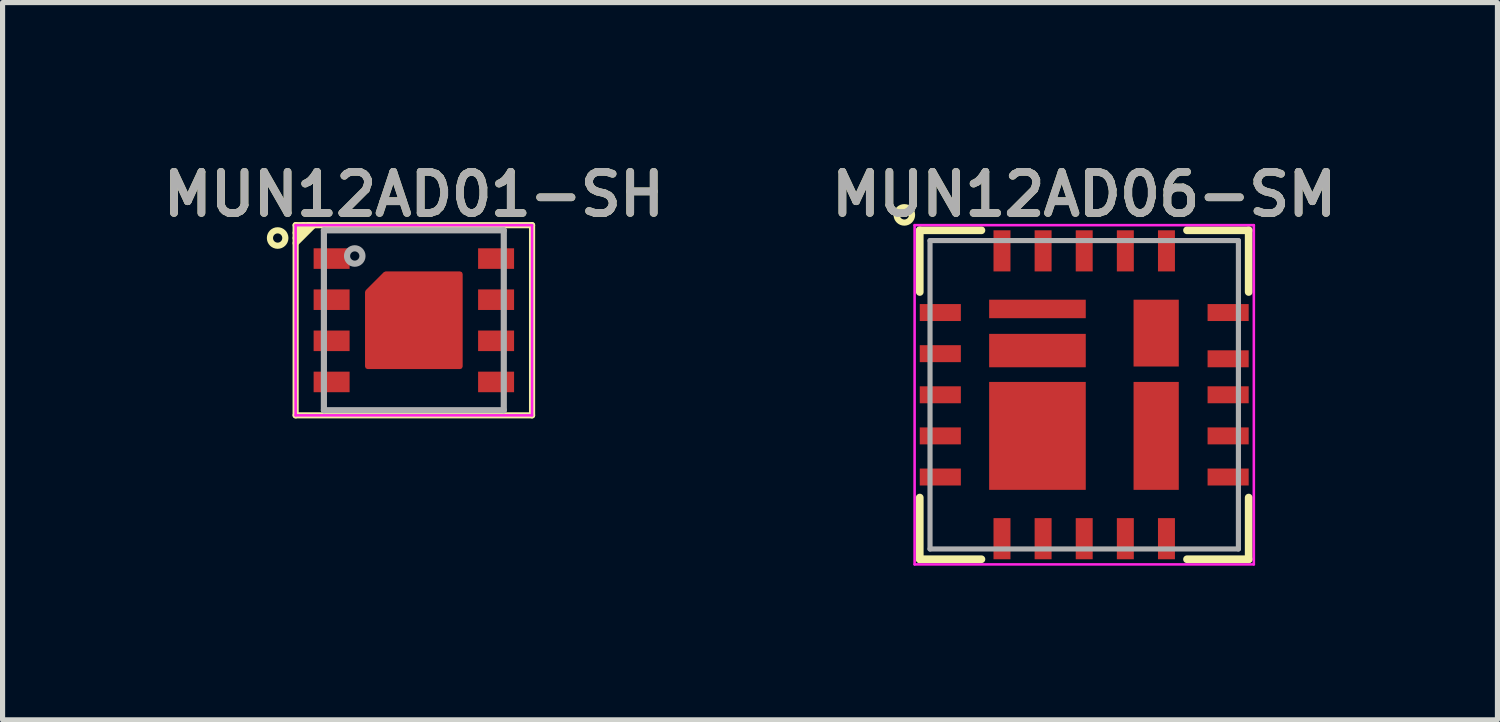
<source format=kicad_pcb>
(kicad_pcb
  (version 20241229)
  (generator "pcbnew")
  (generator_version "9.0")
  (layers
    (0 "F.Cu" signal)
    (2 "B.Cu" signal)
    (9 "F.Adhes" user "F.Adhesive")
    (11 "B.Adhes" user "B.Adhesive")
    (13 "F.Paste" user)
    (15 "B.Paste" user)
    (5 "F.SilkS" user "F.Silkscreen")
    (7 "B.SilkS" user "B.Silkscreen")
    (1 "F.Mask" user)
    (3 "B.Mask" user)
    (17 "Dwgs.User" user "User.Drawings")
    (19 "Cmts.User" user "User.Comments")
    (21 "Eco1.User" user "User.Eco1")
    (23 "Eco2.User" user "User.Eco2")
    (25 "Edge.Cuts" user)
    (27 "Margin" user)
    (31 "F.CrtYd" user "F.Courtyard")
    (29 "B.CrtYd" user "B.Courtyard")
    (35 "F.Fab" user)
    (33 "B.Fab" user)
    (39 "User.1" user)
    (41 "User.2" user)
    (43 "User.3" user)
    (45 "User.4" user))
  (footprint "MUN12AD06-SM"
    (layer "F.Cu")
    (at 18.045 4.631)
    (property "Reference" "MUN12AD06-SM" (at 0 -3.9 0) (layer "F.SilkS") (effects (font (size 0.8 0.8) (thickness 0.15))))
    (attr through_hole)
    (fp_line (start -3.2 -3.2) (end -3.2 -2) (stroke (width 0.15) (type solid)) (layer "F.SilkS"))
    (fp_line (start -3.2 2) (end -3.2 3.2) (stroke (width 0.15) (type solid)) (layer "F.SilkS"))
    (fp_line (start -3.2 3.2) (end -2 3.2) (stroke (width 0.15) (type solid)) (layer "F.SilkS"))
    (fp_line (start -2 -3.2) (end -3.2 -3.2) (stroke (width 0.15) (type solid)) (layer "F.SilkS"))
    (fp_line (start 2 -3.2) (end 3.2 -3.2) (stroke (width 0.15) (type solid)) (layer "F.SilkS"))
    (fp_line (start 2 3.2) (end 3.2 3.2) (stroke (width 0.15) (type solid)) (layer "F.SilkS"))
    (fp_line (start 3.2 -3.2) (end 3.2 -2) (stroke (width 0.15) (type solid)) (layer "F.SilkS"))
    (fp_line (start 3.2 3.2) (end 3.2 2) (stroke (width 0.15) (type solid)) (layer "F.SilkS"))
    (fp_circle (center -3.5 -3.5) (end -3.5 -3.65) (stroke (width 0.12) (type solid)) (fill no) (layer "F.SilkS"))
    (fp_poly (pts (xy -1.01 -1.53) (xy -1.76 -1.53) (xy -1.76 -1.81) (xy -1.01 -1.81)) (stroke (width 0) (type solid)) (fill yes) (layer "F.Paste"))
    (fp_poly (pts (xy -1.01 -0.58) (xy -1.76 -0.58) (xy -1.76 -1.14) (xy -1.01 -1.14)) (stroke (width 0) (type solid)) (fill yes) (layer "F.Paste"))
    (fp_poly (pts (xy -1.01 0.7) (xy -1.76 0.7) (xy -1.76 -0.16) (xy -1.01 -0.16)) (stroke (width 0) (type solid)) (fill yes) (layer "F.Paste"))
    (fp_poly (pts (xy -1.01 1.76) (xy -1.76 1.76) (xy -1.76 0.9) (xy -1.01 0.9)) (stroke (width 0) (type solid)) (fill yes) (layer "F.Paste"))
    (fp_poly (pts (xy -0.06 -1.53) (xy -0.81 -1.53) (xy -0.81 -1.81) (xy -0.06 -1.81)) (stroke (width 0) (type solid)) (fill yes) (layer "F.Paste"))
    (fp_poly (pts (xy -0.06 -0.58) (xy -0.81 -0.58) (xy -0.81 -1.14) (xy -0.06 -1.14)) (stroke (width 0) (type solid)) (fill yes) (layer "F.Paste"))
    (fp_poly (pts (xy -0.06 0.7) (xy -0.81 0.7) (xy -0.81 -0.16) (xy -0.06 -0.16)) (stroke (width 0) (type solid)) (fill yes) (layer "F.Paste"))
    (fp_poly (pts (xy -0.06 1.76) (xy -0.81 1.76) (xy -0.81 0.9) (xy -0.06 0.9)) (stroke (width 0) (type solid)) (fill yes) (layer "F.Paste"))
    (fp_poly (pts (xy 1.81 -1.28) (xy 0.99 -1.28) (xy 0.99 -1.74) (xy 1.81 -1.74)) (stroke (width 0) (type solid)) (fill yes) (layer "F.Paste"))
    (fp_poly (pts (xy 1.81 -0.66) (xy 0.99 -0.66) (xy 0.99 -1.12) (xy 1.81 -1.12)) (stroke (width 0) (type solid)) (fill yes) (layer "F.Paste"))
    (fp_poly (pts (xy 1.81 0.72) (xy 0.99 0.72) (xy 0.99 -0.14) (xy 1.81 -0.14)) (stroke (width 0) (type solid)) (fill yes) (layer "F.Paste"))
    (fp_poly (pts (xy 1.81 1.74) (xy 0.99 1.74) (xy 0.99 0.88) (xy 1.81 0.88)) (stroke (width 0) (type solid)) (fill yes) (layer "F.Paste"))
    (fp_line (start -3.3 -3.3) (end 3.3 -3.3) (stroke (width 0.05) (type solid)) (layer "F.CrtYd"))
    (fp_line (start -3.3 3.3) (end -3.3 -3.3) (stroke (width 0.05) (type solid)) (layer "F.CrtYd"))
    (fp_line (start 3.3 -3.3) (end 3.3 3.3) (stroke (width 0.05) (type solid)) (layer "F.CrtYd"))
    (fp_line (start 3.3 3.3) (end -3.3 3.3) (stroke (width 0.05) (type solid)) (layer "F.CrtYd"))
    (fp_line (start -3 -3) (end 3 -3) (stroke (width 0.1) (type solid)) (layer "F.Fab"))
    (fp_line (start -3 3) (end -3 -3) (stroke (width 0.1) (type solid)) (layer "F.Fab"))
    (fp_line (start 3 -3) (end 3 3) (stroke (width 0.1) (type solid)) (layer "F.Fab"))
    (fp_line (start 3 3) (end -3 3) (stroke (width 0.1) (type solid)) (layer "F.Fab"))
    (fp_text user "${REFERENCE}" (at 0 -3.9 0) (layer "F.Fab") (effects (font (size 0.8 0.8) (thickness 0.15))))
    (pad "1" smd rect (at -2.8 -1.6) (size 0.8 0.33) (layers "F.Cu" "F.Mask" "F.Paste"))
    (pad "2" smd rect (at -2.8 -0.8) (size 0.8 0.33) (layers "F.Cu" "F.Mask" "F.Paste"))
    (pad "3" smd rect (at -2.8 0) (size 0.8 0.33) (layers "F.Cu" "F.Mask" "F.Paste"))
    (pad "4" smd rect (at -2.8 0.8) (size 0.8 0.33) (layers "F.Cu" "F.Mask" "F.Paste"))
    (pad "5" smd rect (at -2.8 1.6) (size 0.8 0.33) (layers "F.Cu" "F.Mask" "F.Paste"))
    (pad "6" smd rect (at -1.6 2.8 90) (size 0.8 0.33) (layers "F.Cu" "F.Mask" "F.Paste"))
    (pad "7" smd rect (at -0.8 2.8 90) (size 0.8 0.33) (layers "F.Cu" "F.Mask" "F.Paste"))
    (pad "8" smd rect (at 0 2.8 90) (size 0.8 0.33) (layers "F.Cu" "F.Mask" "F.Paste"))
    (pad "9" smd rect (at 0.8 2.8 90) (size 0.8 0.33) (layers "F.Cu" "F.Mask" "F.Paste"))
    (pad "10" smd rect (at 1.6 2.8 90) (size 0.8 0.33) (layers "F.Cu" "F.Mask" "F.Paste"))
    (pad "11" smd rect (at 2.8 1.6 180) (size 0.8 0.33) (layers "F.Cu" "F.Mask" "F.Paste"))
    (pad "12" smd rect (at 2.8 0.8 180) (size 0.8 0.33) (layers "F.Cu" "F.Mask" "F.Paste"))
    (pad "13" smd rect (at 2.8 0 180) (size 0.8 0.33) (layers "F.Cu" "F.Mask" "F.Paste"))
    (pad "14" smd rect (at 2.8 -0.7 180) (size 0.8 0.33) (layers "F.Cu" "F.Mask" "F.Paste"))
    (pad "15" smd rect (at 2.8 -1.6 180) (size 0.8 0.33) (layers "F.Cu" "F.Mask" "F.Paste"))
    (pad "16" smd rect (at 1.6 -2.8 270) (size 0.8 0.33) (layers "F.Cu" "F.Mask" "F.Paste"))
    (pad "17" smd rect (at 0.8 -2.8 270) (size 0.8 0.33) (layers "F.Cu" "F.Mask" "F.Paste"))
    (pad "18" smd rect (at 0 -2.8 270) (size 0.8 0.33) (layers "F.Cu" "F.Mask" "F.Paste"))
    (pad "19" smd rect (at -0.8 -2.8 270) (size 0.8 0.33) (layers "F.Cu" "F.Mask" "F.Paste"))
    (pad "20" smd rect (at -1.6 -2.8 270) (size 0.8 0.33) (layers "F.Cu" "F.Mask" "F.Paste"))
    (pad "21" smd rect (at -0.91 -1.67) (size 1.88 0.36) (layers "F.Cu" "F.Mask"))
    (pad "22" smd rect (at -0.91 -0.86) (size 1.88 0.65) (layers "F.Cu" "F.Mask"))
    (pad "23" smd rect (at -0.91 0.8) (size 1.88 2.1) (layers "F.Cu" "F.Mask"))
    (pad "24" smd rect (at 1.4 0.8) (size 0.88 2.1) (layers "F.Cu" "F.Mask"))
    (pad "25" smd rect (at 1.4 -1.2) (size 0.88 1.3) (layers "F.Cu" "F.Mask")))
  (footprint "MUN12AD01-SH"
    (layer "F.Cu")
    (at 5.002 3.181)
    (property "Reference" "MUN12AD01-SH" (at 0 -2.45 0) (layer "F.SilkS") (effects (font (size 0.8 0.8) (thickness 0.15))))
    (attr smd)
    (fp_line (start -2.3 -1.85) (end 2.3 -1.85) (stroke (width 0.12) (type solid)) (layer "F.SilkS"))
    (fp_line (start -2.3 -1.6) (end -2.05 -1.85) (stroke (width 0.12) (type solid)) (layer "F.SilkS"))
    (fp_line (start -2.3 1.85) (end -2.3 -1.85) (stroke (width 0.12) (type solid)) (layer "F.SilkS"))
    (fp_line (start -2.15 -1.85) (end -2.3 -1.7) (stroke (width 0.12) (type solid)) (layer "F.SilkS"))
    (fp_line (start -2.05 -1.85) (end -1.95 -1.85) (stroke (width 0.12) (type solid)) (layer "F.SilkS"))
    (fp_line (start -1.95 -1.85) (end -2.3 -1.5) (stroke (width 0.12) (type solid)) (layer "F.SilkS"))
    (fp_line (start 2.3 -1.85) (end 2.3 1.85) (stroke (width 0.12) (type solid)) (layer "F.SilkS"))
    (fp_line (start 2.3 1.85) (end -2.3 1.85) (stroke (width 0.12) (type solid)) (layer "F.SilkS"))
    (fp_circle (center -2.65 -1.6) (end -2.65 -1.75) (stroke (width 0.12) (type solid)) (fill no) (layer "F.SilkS"))
    (fp_poly (pts (xy -0.2 0.2) (xy -0.85 0.2) (xy -0.85 0.85) (xy -0.2 0.85)) (stroke (width 0.1) (type solid)) (fill yes) (layer "F.Paste"))
    (fp_poly (pts (xy 0.2 -0.2) (xy 0.85 -0.2) (xy 0.85 -0.85) (xy 0.2 -0.85)) (stroke (width 0.1) (type solid)) (fill yes) (layer "F.Paste"))
    (fp_poly (pts (xy 0.2 0.2) (xy 0.85 0.2) (xy 0.85 0.85) (xy 0.2 0.85)) (stroke (width 0.1) (type solid)) (fill yes) (layer "F.Paste"))
    (fp_poly (pts (xy -0.2 -0.85) (xy -0.2 -0.2) (xy -0.85 -0.2) (xy -0.85 -0.5) (xy -0.5 -0.85)) (stroke (width 0.1) (type solid)) (fill yes) (layer "F.Paste"))
    (fp_line (start -2.3 -1.85) (end 2.3 -1.85) (stroke (width 0.05) (type solid)) (layer "F.CrtYd"))
    (fp_line (start -2.3 1.85) (end -2.3 -1.85) (stroke (width 0.05) (type solid)) (layer "F.CrtYd"))
    (fp_line (start 2.3 -1.85) (end 2.3 1.85) (stroke (width 0.05) (type solid)) (layer "F.CrtYd"))
    (fp_line (start 2.3 1.85) (end -2.3 1.85) (stroke (width 0.05) (type solid)) (layer "F.CrtYd"))
    (fp_line (start -1.75 -1.75) (end -1.75 1.75) (stroke (width 0.12) (type solid)) (layer "F.Fab"))
    (fp_line (start -1.75 1.75) (end 1.75 1.75) (stroke (width 0.12) (type solid)) (layer "F.Fab"))
    (fp_line (start 1.75 -1.75) (end -1.75 -1.75) (stroke (width 0.12) (type solid)) (layer "F.Fab"))
    (fp_line (start 1.75 1.75) (end 1.75 -1.75) (stroke (width 0.12) (type solid)) (layer "F.Fab"))
    (fp_circle (center -1.15 -1.25) (end -1.15 -1.4) (stroke (width 0.12) (type solid)) (fill no) (layer "F.Fab"))
    (fp_text user "${REFERENCE}" (at 0 -2.45 0) (layer "F.Fab") (effects (font (size 0.8 0.8) (thickness 0.15))))
    (pad "1" smd rect (at -1.6 -1.2) (size 0.7 0.4) (layers "F.Cu" "F.Mask" "F.Paste"))
    (pad "2" smd rect (at -1.6 -0.4) (size 0.7 0.4) (layers "F.Cu" "F.Mask" "F.Paste"))
    (pad "3" smd rect (at -1.6 0.4) (size 0.7 0.4) (layers "F.Cu" "F.Mask" "F.Paste"))
    (pad "4" smd rect (at -1.6 1.2) (size 0.7 0.4) (layers "F.Cu" "F.Mask" "F.Paste"))
    (pad "5" smd rect (at 1.6 1.2) (size 0.7 0.4) (layers "F.Cu" "F.Mask" "F.Paste"))
    (pad "6" smd rect (at 1.6 0.4) (size 0.7 0.4) (layers "F.Cu" "F.Mask" "F.Paste"))
    (pad "7" smd rect (at 1.6 -0.4) (size 0.7 0.4) (layers "F.Cu" "F.Mask" "F.Paste"))
    (pad "8" smd rect (at 1.6 -1.2) (size 0.7 0.4) (layers "F.Cu" "F.Mask" "F.Paste"))
    (pad "9" smd custom (at 0 0) (size 0.75 0.75) (layers "F.Cu" "F.Mask") (options (anchor rect)) (primitives (gr_poly (pts (xy -0.9 0.9) (xy 0.9 0.9) (xy 0.9 -0.9) (xy -0.55 -0.9) (xy -0.9 -0.55)) (width 0.1) (fill yes)))))
  (gr_rect
    (start -3 -3)
    (end 26.085 10.956)
    (stroke (width 0.1) (type default))
    (fill no)
    (layer "Edge.Cuts")))
</source>
